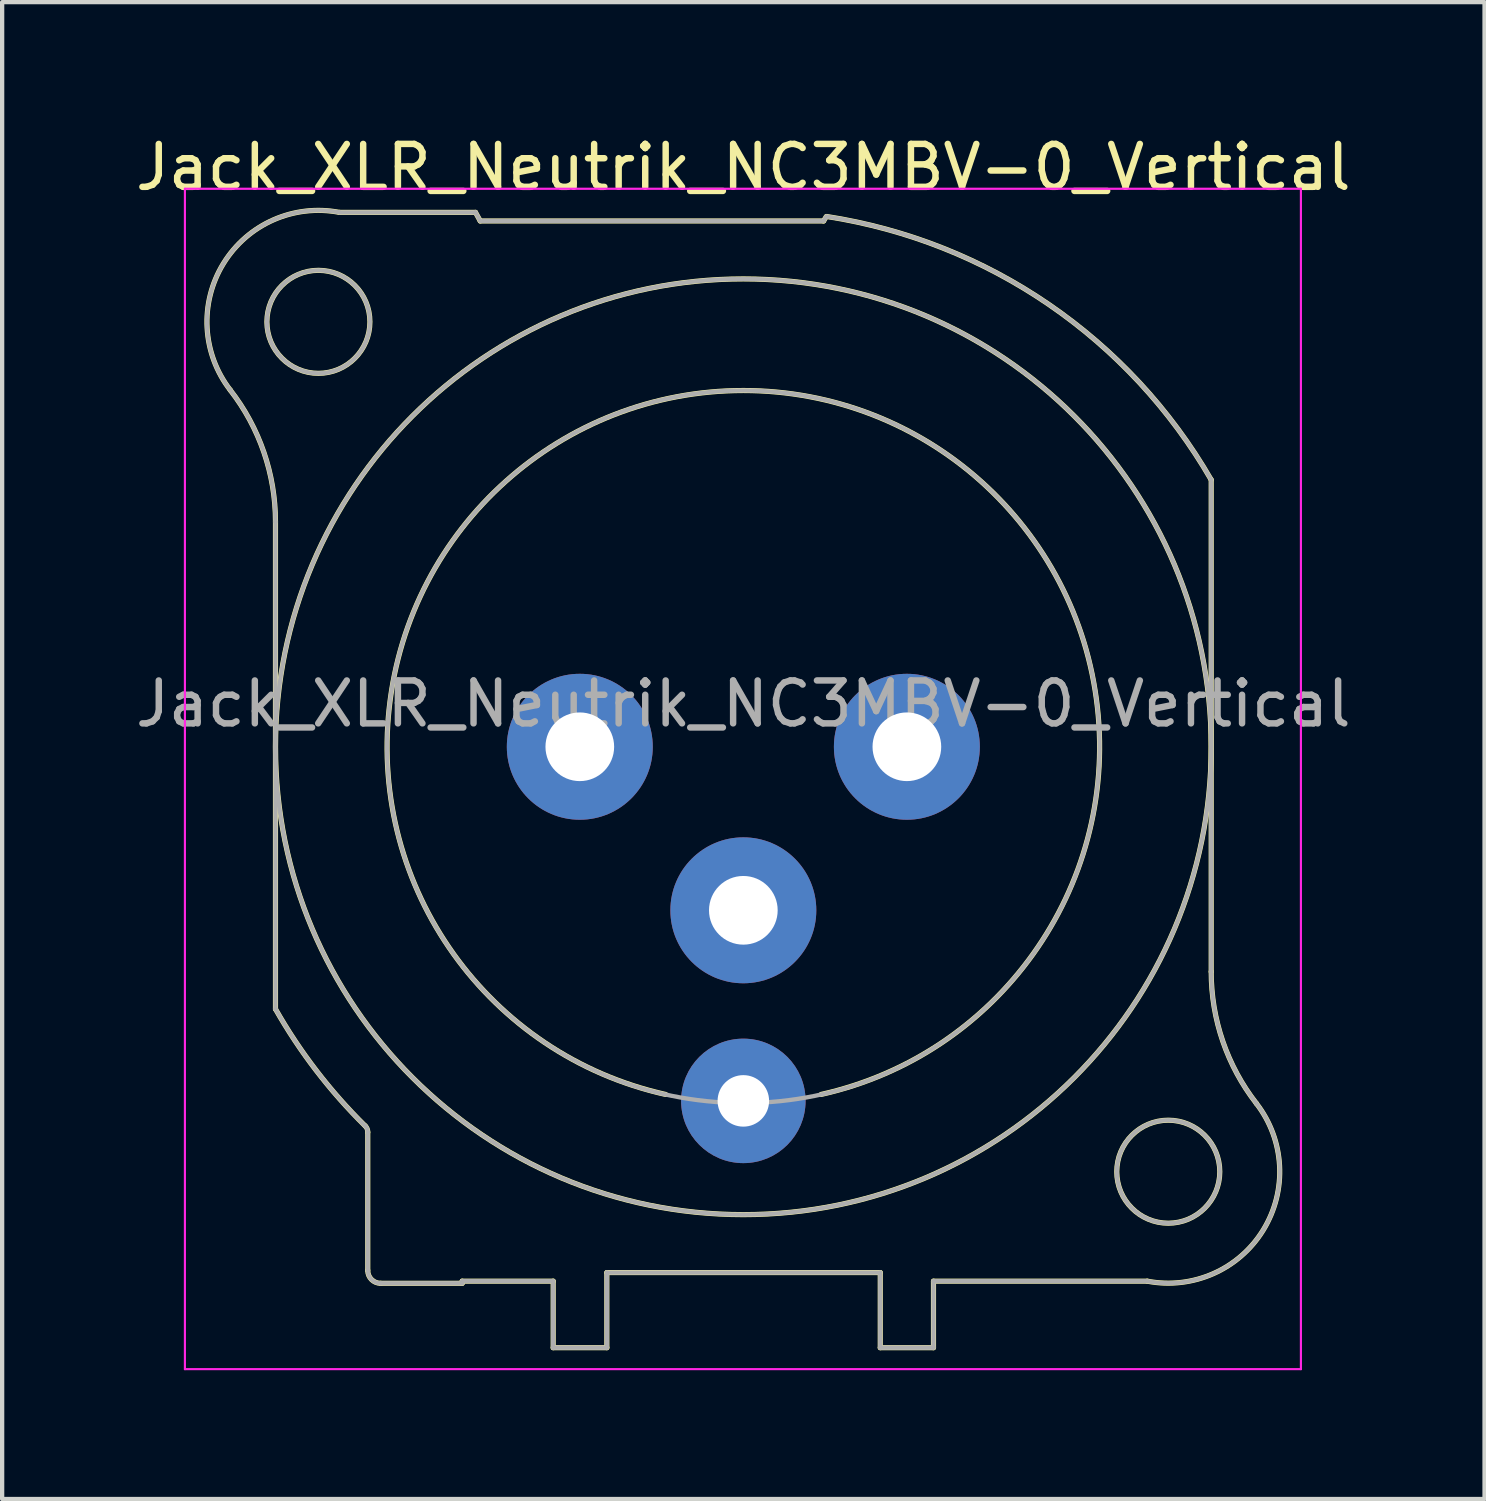
<source format=kicad_pcb>
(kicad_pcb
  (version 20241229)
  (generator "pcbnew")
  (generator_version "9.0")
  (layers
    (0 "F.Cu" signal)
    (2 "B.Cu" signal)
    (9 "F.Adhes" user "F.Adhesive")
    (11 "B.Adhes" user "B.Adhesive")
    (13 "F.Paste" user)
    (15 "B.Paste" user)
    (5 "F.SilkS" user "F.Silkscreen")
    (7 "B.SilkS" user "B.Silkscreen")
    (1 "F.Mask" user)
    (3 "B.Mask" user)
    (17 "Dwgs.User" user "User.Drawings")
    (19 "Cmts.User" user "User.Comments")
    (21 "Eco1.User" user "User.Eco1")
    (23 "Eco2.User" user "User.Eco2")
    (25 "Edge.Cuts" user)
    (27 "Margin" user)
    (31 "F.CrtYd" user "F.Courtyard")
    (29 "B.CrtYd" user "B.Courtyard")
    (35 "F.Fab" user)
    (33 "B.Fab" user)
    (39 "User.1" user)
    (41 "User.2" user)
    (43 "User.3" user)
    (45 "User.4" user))
  (footprint "Jack_XLR_Neutrik_NC3MBV-0_Vertical"
    (layer "F.Cu")
    (at 10.458 14.348)
    (property "Reference" "Jack_XLR_Neutrik_NC3MBV-0_Vertical" (at 3.81 -13.5 0) (layer "F.SilkS") (effects (font (size 1 1) (thickness 0.15))))
    (attr through_hole)
    (fp_line (start -7.09 -5.24) (end -7.09 6.11) (stroke (width 0.12) (type solid)) (layer "F.SilkS"))
    (fp_line (start -4.94 12.2) (end -4.94 8.98) (stroke (width 0.12) (type solid)) (layer "F.SilkS"))
    (fp_line (start -4.64 12.5) (end -2.74 12.5) (stroke (width 0.12) (type solid)) (layer "F.SilkS"))
    (fp_line (start -2.74 12.45) (end -0.62 12.45) (stroke (width 0.12) (type solid)) (layer "F.SilkS"))
    (fp_line (start -2.74 12.5) (end -2.74 12.45) (stroke (width 0.12) (type solid)) (layer "F.SilkS"))
    (fp_line (start -2.43 -12.45) (end -5.6 -12.45) (stroke (width 0.12) (type solid)) (layer "F.SilkS"))
    (fp_line (start -2.32 -12.25) (end -2.43 -12.45) (stroke (width 0.12) (type solid)) (layer "F.SilkS"))
    (fp_line (start -0.62 12.45) (end -0.62 14) (stroke (width 0.12) (type solid)) (layer "F.SilkS"))
    (fp_line (start 0.63 12.25) (end 0.63 14) (stroke (width 0.12) (type solid)) (layer "F.SilkS"))
    (fp_line (start 0.63 12.25) (end 7 12.25) (stroke (width 0.12) (type solid)) (layer "F.SilkS"))
    (fp_line (start 0.63 14) (end -0.62 14) (stroke (width 0.12) (type solid)) (layer "F.SilkS"))
    (fp_line (start 5.68 -12.25) (end -2.32 -12.25) (stroke (width 0.12) (type solid)) (layer "F.SilkS"))
    (fp_line (start 5.74 -12.35) (end 5.68 -12.25) (stroke (width 0.12) (type solid)) (layer "F.SilkS"))
    (fp_line (start 7 12.25) (end 7 14) (stroke (width 0.12) (type solid)) (layer "F.SilkS"))
    (fp_line (start 8.24 12.45) (end 8.24 14) (stroke (width 0.12) (type solid)) (layer "F.SilkS"))
    (fp_line (start 8.24 12.45) (end 13.22 12.45) (stroke (width 0.12) (type solid)) (layer "F.SilkS"))
    (fp_line (start 8.24 14) (end 7 14) (stroke (width 0.12) (type solid)) (layer "F.SilkS"))
    (fp_line (start 14.71 5.24) (end 14.71 -6.22) (stroke (width 0.12) (type solid)) (layer "F.SilkS"))
    (fp_arc (start -8.14458 -8.311426) (mid -7.360989 -6.863715) (end -7.09 -5.24) (stroke (width 0.12) (type solid)) (layer "F.SilkS"))
    (fp_arc (start -8.141124 -8.307677) (mid -8.303366 -11.257798) (end -5.6 -12.45) (stroke (width 0.12) (type solid)) (layer "F.SilkS"))
    (fp_arc (start -4.999944 8.832139) (mid -4.954594 8.899835) (end -4.94 8.98) (stroke (width 0.12) (type solid)) (layer "F.SilkS"))
    (fp_arc (start -4.999718 8.833849) (mid -6.1389 7.544091) (end -7.09 6.11) (stroke (width 0.12) (type solid)) (layer "F.SilkS"))
    (fp_arc (start -4.64 12.5) (mid -4.852132 12.412132) (end -4.94 12.2) (stroke (width 0.12) (type solid)) (layer "F.SilkS"))
    (fp_arc (start 2 8.1) (mid 3.809449 -8.299765) (end 5.621075 8.09976) (stroke (width 0.12) (type solid)) (layer "F.SilkS"))
    (fp_arc (start 5.753207 -12.354269) (mid 10.928439 -10.304601) (end 14.71 -6.22) (stroke (width 0.12) (type solid)) (layer "F.SilkS"))
    (fp_arc (start 15.761124 8.307677) (mid 15.923366 11.257798) (end 13.22 12.45) (stroke (width 0.12) (type solid)) (layer "F.SilkS"))
    (fp_arc (start 15.76458 8.311426) (mid 14.980989 6.863715) (end 14.71 5.24) (stroke (width 0.12) (type solid)) (layer "F.SilkS"))
    (fp_circle (center -6.09 -9.9) (end -4.89 -9.9) (stroke (width 0.12) (type solid)) (fill no) (layer "F.SilkS"))
    (fp_circle (center 3.81 0) (end 14.71 0) (stroke (width 0.12) (type solid)) (fill no) (layer "F.SilkS"))
    (fp_circle (center 13.71 9.9) (end 14.91 9.9) (stroke (width 0.12) (type solid)) (fill no) (layer "F.SilkS"))
    (fp_line (start -9.2 -13) (end 16.8 -13) (stroke (width 0.05) (type solid)) (layer "F.CrtYd"))
    (fp_line (start -9.2 14.5) (end -9.2 -13) (stroke (width 0.05) (type solid)) (layer "F.CrtYd"))
    (fp_line (start 16.8 -13) (end 16.8 14.5) (stroke (width 0.05) (type solid)) (layer "F.CrtYd"))
    (fp_line (start 16.8 14.5) (end -9.2 14.5) (stroke (width 0.05) (type solid)) (layer "F.CrtYd"))
    (fp_line (start -7.09 -5.24) (end -7.09 6.11) (stroke (width 0.1) (type solid)) (layer "F.Fab"))
    (fp_line (start -4.94 12.2) (end -4.94 8.98) (stroke (width 0.1) (type solid)) (layer "F.Fab"))
    (fp_line (start -4.64 12.5) (end -2.74 12.5) (stroke (width 0.1) (type solid)) (layer "F.Fab"))
    (fp_line (start -2.74 12.45) (end -0.62 12.45) (stroke (width 0.1) (type solid)) (layer "F.Fab"))
    (fp_line (start -2.74 12.5) (end -2.74 12.45) (stroke (width 0.1) (type solid)) (layer "F.Fab"))
    (fp_line (start -2.43 -12.45) (end -5.6 -12.45) (stroke (width 0.1) (type solid)) (layer "F.Fab"))
    (fp_line (start -2.32 -12.25) (end -2.43 -12.45) (stroke (width 0.1) (type solid)) (layer "F.Fab"))
    (fp_line (start -0.62 12.45) (end -0.62 14) (stroke (width 0.1) (type solid)) (layer "F.Fab"))
    (fp_line (start 0.63 12.25) (end 0.63 14) (stroke (width 0.1) (type solid)) (layer "F.Fab"))
    (fp_line (start 0.63 12.25) (end 7 12.25) (stroke (width 0.1) (type solid)) (layer "F.Fab"))
    (fp_line (start 0.63 14) (end -0.62 14) (stroke (width 0.1) (type solid)) (layer "F.Fab"))
    (fp_line (start 5.68 -12.25) (end -2.32 -12.25) (stroke (width 0.1) (type solid)) (layer "F.Fab"))
    (fp_line (start 5.74 -12.35) (end 5.68 -12.25) (stroke (width 0.1) (type solid)) (layer "F.Fab"))
    (fp_line (start 7 12.25) (end 7 14) (stroke (width 0.1) (type solid)) (layer "F.Fab"))
    (fp_line (start 8.24 12.45) (end 8.24 14) (stroke (width 0.1) (type solid)) (layer "F.Fab"))
    (fp_line (start 8.24 12.45) (end 13.22 12.45) (stroke (width 0.1) (type solid)) (layer "F.Fab"))
    (fp_line (start 8.24 14) (end 7 14) (stroke (width 0.1) (type solid)) (layer "F.Fab"))
    (fp_line (start 14.71 5.24) (end 14.71 -6.22) (stroke (width 0.1) (type solid)) (layer "F.Fab"))
    (fp_arc (start -8.14458 -8.311426) (mid -7.360989 -6.863715) (end -7.09 -5.24) (stroke (width 0.1) (type solid)) (layer "F.Fab"))
    (fp_arc (start -8.141124 -8.307677) (mid -8.303366 -11.257798) (end -5.6 -12.45) (stroke (width 0.1) (type solid)) (layer "F.Fab"))
    (fp_arc (start -4.999944 8.832139) (mid -4.954594 8.899835) (end -4.94 8.98) (stroke (width 0.1) (type solid)) (layer "F.Fab"))
    (fp_arc (start -4.999718 8.833849) (mid -6.1389 7.544091) (end -7.09 6.11) (stroke (width 0.1) (type solid)) (layer "F.Fab"))
    (fp_arc (start -4.64 12.5) (mid -4.852132 12.412132) (end -4.94 12.2) (stroke (width 0.1) (type solid)) (layer "F.Fab"))
    (fp_arc (start 5.753207 -12.354269) (mid 10.928439 -10.304601) (end 14.71 -6.22) (stroke (width 0.1) (type solid)) (layer "F.Fab"))
    (fp_arc (start 15.761124 8.307677) (mid 15.923366 11.257798) (end 13.22 12.45) (stroke (width 0.1) (type solid)) (layer "F.Fab"))
    (fp_arc (start 15.76458 8.311426) (mid 14.980989 6.863715) (end 14.71 5.24) (stroke (width 0.1) (type solid)) (layer "F.Fab"))
    (fp_circle (center -6.09 -9.9) (end -4.89 -9.9) (stroke (width 0.1) (type solid)) (fill no) (layer "F.Fab"))
    (fp_circle (center 3.81 0) (end 12.11 0) (stroke (width 0.1) (type solid)) (fill no) (layer "F.Fab"))
    (fp_circle (center 3.81 0) (end 14.71 0) (stroke (width 0.1) (type solid)) (fill no) (layer "F.Fab"))
    (fp_circle (center 13.71 9.9) (end 14.91 9.9) (stroke (width 0.1) (type solid)) (fill no) (layer "F.Fab"))
    (fp_text user "${REFERENCE}" (at 3.81 -1 0) (layer "F.Fab") (effects (font (size 1 1) (thickness 0.15))))
    (pad "1" thru_hole circle (at 0 0) (size 3.4 3.4) (drill 1.6) (layers "*.Cu" "*.Mask"))
    (pad "2" thru_hole circle (at 7.62 0) (size 3.4 3.4) (drill 1.6) (layers "*.Cu" "*.Mask"))
    (pad "3" thru_hole circle (at 3.81 3.81) (size 3.4 3.4) (drill 1.6) (layers "*.Cu" "*.Mask"))
    (pad "G" thru_hole circle (at 3.81 8.25) (size 2.9 2.9) (drill 1.2) (layers "*.Cu" "*.Mask")))
  (gr_rect
    (start -3 -3)
    (end 31.536 31.873)
    (stroke (width 0.1) (type default))
    (fill no)
    (layer "Edge.Cuts")))
</source>
